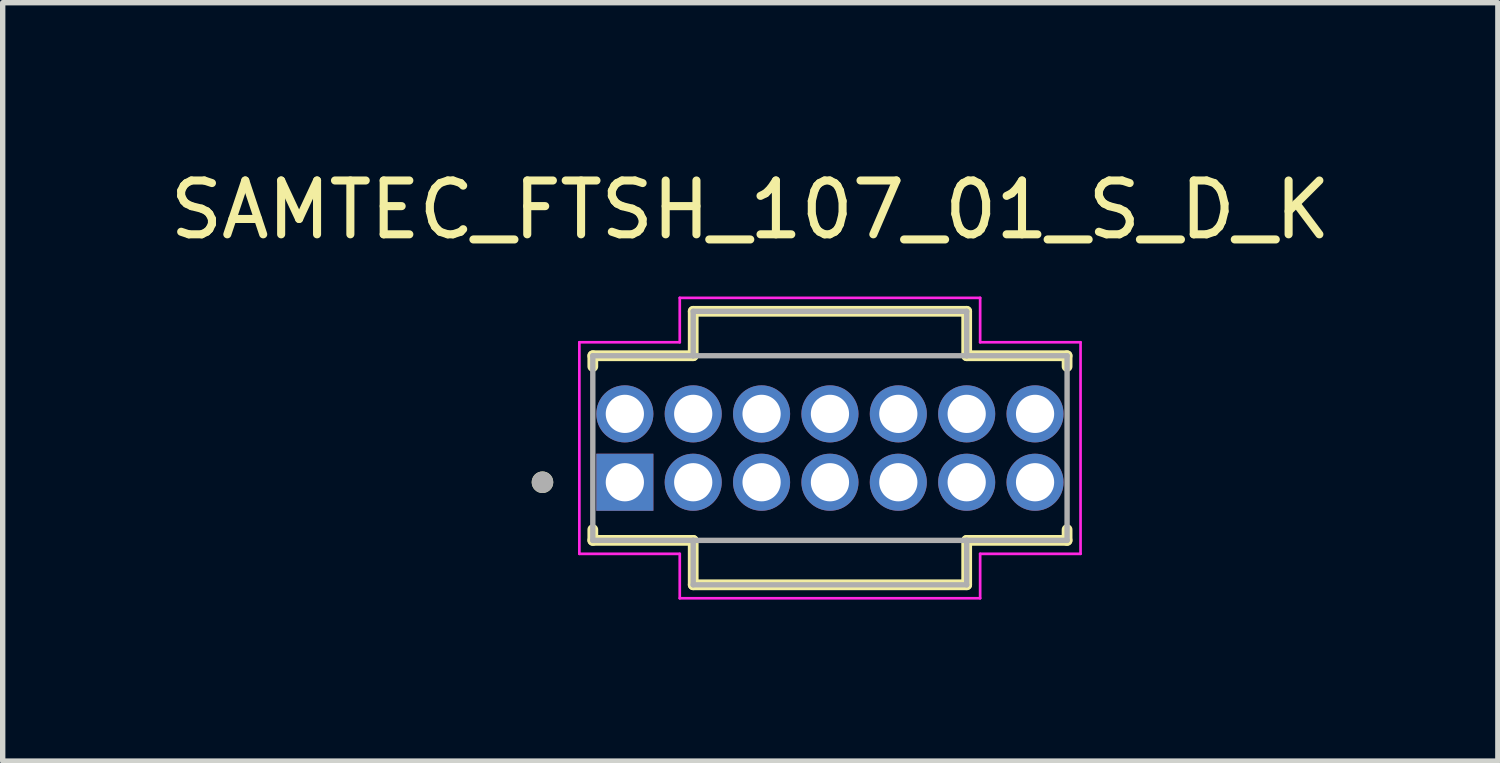
<source format=kicad_pcb>
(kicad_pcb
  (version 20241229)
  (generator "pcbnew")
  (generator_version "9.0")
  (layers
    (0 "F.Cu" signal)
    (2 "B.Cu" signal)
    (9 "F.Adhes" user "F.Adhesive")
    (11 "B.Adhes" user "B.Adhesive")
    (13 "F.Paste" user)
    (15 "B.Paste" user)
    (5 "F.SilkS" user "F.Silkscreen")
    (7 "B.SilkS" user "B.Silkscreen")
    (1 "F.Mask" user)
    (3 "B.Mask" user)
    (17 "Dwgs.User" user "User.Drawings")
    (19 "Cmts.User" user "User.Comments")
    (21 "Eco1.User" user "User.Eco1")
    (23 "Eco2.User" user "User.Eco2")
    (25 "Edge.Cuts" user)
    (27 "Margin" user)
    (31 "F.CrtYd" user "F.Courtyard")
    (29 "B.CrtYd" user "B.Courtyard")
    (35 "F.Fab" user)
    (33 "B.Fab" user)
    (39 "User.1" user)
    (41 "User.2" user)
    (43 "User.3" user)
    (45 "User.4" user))
  (footprint "SAMTEC_FTSH_107_01_S_D_K"
    (layer "F.Cu")
    (at 12.367 5.273)
    (property "Reference" "SAMTEC_FTSH_107_01_S_D_K" (at -1.48 -4.425 0) (layer "F.SilkS") (effects (font (size 1 1) (thickness 0.15))))
    (attr through_hole)
    (fp_line (start -4.405 -1.715) (end -4.405 -1.515) (stroke (width 0.2) (type solid)) (layer "F.SilkS"))
    (fp_line (start -4.405 -1.715) (end -2.54 -1.715) (stroke (width 0.2) (type solid)) (layer "F.SilkS"))
    (fp_line (start -4.405 1.715) (end -4.405 1.515) (stroke (width 0.2) (type solid)) (layer "F.SilkS"))
    (fp_line (start -4.405 1.715) (end -2.54 1.715) (stroke (width 0.2) (type solid)) (layer "F.SilkS"))
    (fp_line (start -2.54 -2.54) (end -2.54 -1.715) (stroke (width 0.2) (type solid)) (layer "F.SilkS"))
    (fp_line (start -2.54 -2.54) (end 2.54 -2.54) (stroke (width 0.2) (type solid)) (layer "F.SilkS"))
    (fp_line (start -2.54 1.715) (end -2.54 2.54) (stroke (width 0.2) (type solid)) (layer "F.SilkS"))
    (fp_line (start -2.54 2.54) (end 2.54 2.54) (stroke (width 0.2) (type solid)) (layer "F.SilkS"))
    (fp_line (start 2.54 -2.54) (end 2.54 -1.715) (stroke (width 0.2) (type solid)) (layer "F.SilkS"))
    (fp_line (start 2.54 -1.715) (end 4.405 -1.715) (stroke (width 0.2) (type solid)) (layer "F.SilkS"))
    (fp_line (start 2.54 1.715) (end 4.405 1.715) (stroke (width 0.2) (type solid)) (layer "F.SilkS"))
    (fp_line (start 2.54 2.54) (end 2.54 1.715) (stroke (width 0.2) (type solid)) (layer "F.SilkS"))
    (fp_line (start 4.405 -1.715) (end 4.405 -1.515) (stroke (width 0.2) (type solid)) (layer "F.SilkS"))
    (fp_line (start 4.405 1.715) (end 4.405 1.515) (stroke (width 0.2) (type solid)) (layer "F.SilkS"))
    (fp_circle (center -5.34 0.635) (end -5.24 0.635) (stroke (width 0.2) (type solid)) (fill no) (layer "F.SilkS"))
    (fp_line (start -4.655 -1.965) (end -4.655 1.965) (stroke (width 0.05) (type solid)) (layer "F.CrtYd"))
    (fp_line (start -4.655 1.965) (end -2.79 1.965) (stroke (width 0.05) (type solid)) (layer "F.CrtYd"))
    (fp_line (start -2.79 -2.79) (end -2.79 -1.965) (stroke (width 0.05) (type solid)) (layer "F.CrtYd"))
    (fp_line (start -2.79 -1.965) (end -4.655 -1.965) (stroke (width 0.05) (type solid)) (layer "F.CrtYd"))
    (fp_line (start -2.79 1.965) (end -2.79 2.79) (stroke (width 0.05) (type solid)) (layer "F.CrtYd"))
    (fp_line (start -2.79 2.79) (end 2.79 2.79) (stroke (width 0.05) (type solid)) (layer "F.CrtYd"))
    (fp_line (start 2.79 -2.79) (end -2.79 -2.79) (stroke (width 0.05) (type solid)) (layer "F.CrtYd"))
    (fp_line (start 2.79 -1.965) (end 2.79 -2.79) (stroke (width 0.05) (type solid)) (layer "F.CrtYd"))
    (fp_line (start 2.79 1.965) (end 4.655 1.965) (stroke (width 0.05) (type solid)) (layer "F.CrtYd"))
    (fp_line (start 2.79 2.79) (end 2.79 1.965) (stroke (width 0.05) (type solid)) (layer "F.CrtYd"))
    (fp_line (start 4.655 -1.965) (end 2.79 -1.965) (stroke (width 0.05) (type solid)) (layer "F.CrtYd"))
    (fp_line (start 4.655 1.965) (end 4.655 -1.965) (stroke (width 0.05) (type solid)) (layer "F.CrtYd"))
    (fp_line (start -4.405 -1.715) (end -4.405 1.715) (stroke (width 0.1) (type solid)) (layer "F.Fab"))
    (fp_line (start -4.405 -1.715) (end -2.54 -1.715) (stroke (width 0.1) (type solid)) (layer "F.Fab"))
    (fp_line (start -4.405 1.715) (end -2.54 1.715) (stroke (width 0.1) (type solid)) (layer "F.Fab"))
    (fp_line (start -2.54 -2.54) (end -2.54 -1.715) (stroke (width 0.1) (type solid)) (layer "F.Fab"))
    (fp_line (start -2.54 -2.54) (end 2.54 -2.54) (stroke (width 0.1) (type solid)) (layer "F.Fab"))
    (fp_line (start -2.54 -1.715) (end 2.54 -1.715) (stroke (width 0.1) (type solid)) (layer "F.Fab"))
    (fp_line (start -2.54 1.715) (end -2.54 2.54) (stroke (width 0.1) (type solid)) (layer "F.Fab"))
    (fp_line (start -2.54 1.715) (end 2.54 1.715) (stroke (width 0.1) (type solid)) (layer "F.Fab"))
    (fp_line (start -2.54 2.54) (end 2.54 2.54) (stroke (width 0.1) (type solid)) (layer "F.Fab"))
    (fp_line (start 2.54 -2.54) (end 2.54 -1.715) (stroke (width 0.1) (type solid)) (layer "F.Fab"))
    (fp_line (start 2.54 -1.715) (end 4.405 -1.715) (stroke (width 0.1) (type solid)) (layer "F.Fab"))
    (fp_line (start 2.54 1.715) (end 4.405 1.715) (stroke (width 0.1) (type solid)) (layer "F.Fab"))
    (fp_line (start 2.54 2.54) (end 2.54 1.715) (stroke (width 0.1) (type solid)) (layer "F.Fab"))
    (fp_line (start 4.405 -1.715) (end 4.405 1.715) (stroke (width 0.1) (type solid)) (layer "F.Fab"))
    (fp_circle (center -5.34 0.635) (end -5.24 0.635) (stroke (width 0.2) (type solid)) (fill no) (layer "F.Fab"))
    (pad "1" thru_hole rect (at -3.81 0.635) (size 1.06 1.06) (drill 0.71) (layers "*.Cu" "*.Mask"))
    (pad "2" thru_hole circle (at -3.81 -0.635) (size 1.06 1.06) (drill 0.71) (layers "*.Cu" "*.Mask"))
    (pad "3" thru_hole circle (at -2.54 0.635) (size 1.06 1.06) (drill 0.71) (layers "*.Cu" "*.Mask"))
    (pad "4" thru_hole circle (at -2.54 -0.635) (size 1.06 1.06) (drill 0.71) (layers "*.Cu" "*.Mask"))
    (pad "5" thru_hole circle (at -1.27 0.635) (size 1.06 1.06) (drill 0.71) (layers "*.Cu" "*.Mask"))
    (pad "6" thru_hole circle (at -1.27 -0.635) (size 1.06 1.06) (drill 0.71) (layers "*.Cu" "*.Mask"))
    (pad "7" thru_hole circle (at 0 0.635) (size 1.06 1.06) (drill 0.71) (layers "*.Cu" "*.Mask"))
    (pad "8" thru_hole circle (at 0 -0.635) (size 1.06 1.06) (drill 0.71) (layers "*.Cu" "*.Mask"))
    (pad "9" thru_hole circle (at 1.27 0.635) (size 1.06 1.06) (drill 0.71) (layers "*.Cu" "*.Mask"))
    (pad "10" thru_hole circle (at 1.27 -0.635) (size 1.06 1.06) (drill 0.71) (layers "*.Cu" "*.Mask"))
    (pad "11" thru_hole circle (at 2.54 0.635) (size 1.06 1.06) (drill 0.71) (layers "*.Cu" "*.Mask"))
    (pad "12" thru_hole circle (at 2.54 -0.635) (size 1.06 1.06) (drill 0.71) (layers "*.Cu" "*.Mask"))
    (pad "13" thru_hole circle (at 3.81 0.635) (size 1.06 1.06) (drill 0.71) (layers "*.Cu" "*.Mask"))
    (pad "14" thru_hole circle (at 3.81 -0.635) (size 1.06 1.06) (drill 0.71) (layers "*.Cu" "*.Mask")))
  (gr_rect
    (start -3 -3)
    (end 24.774 11.088)
    (stroke (width 0.1) (type default))
    (fill no)
    (layer "Edge.Cuts")))
</source>
